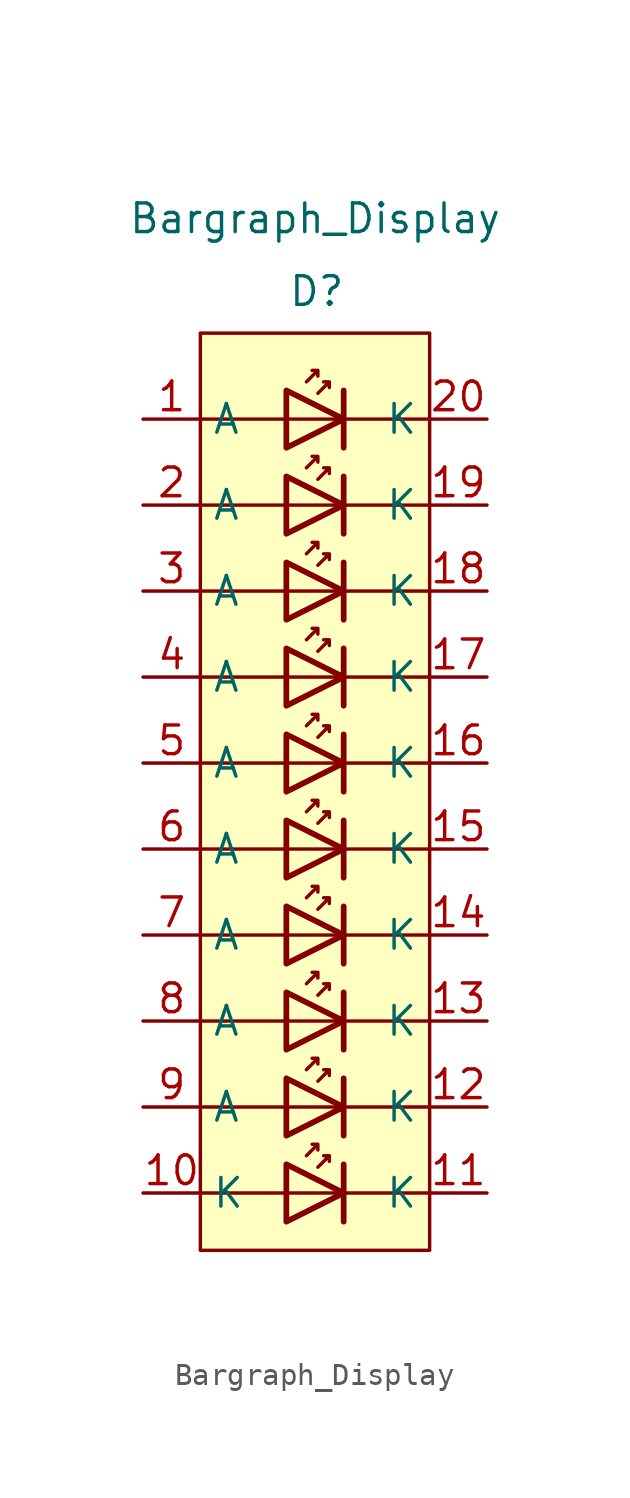
<source format=kicad_sym>
(kicad_symbol_lib
  (version 20241209)
  (generator "kicad_symbol_editor")
  (generator_version "9.0")
  (symbol "Bargraph_Display"
    (property "Reference" "D"
      (at 0.076 22.174 0)
      (effects (font (size 1.27 1.27))))
    (property "Value" "Bargraph_Display"
      (at 0 25.4 0)
      (effects (font (size 1.27 1.27))))
    (symbol "Bargraph_Display_0_1"
      (rectangle (start -5.08 20.32) (end 5.08 -20.32) (stroke (width 0) (type default)) (fill (type background)))
      (polyline (pts (xy -5.08 16.51) (xy 5.08 16.51)) (stroke (width 0) (type default)) (fill (type none)))
      (polyline (pts (xy -5.08 12.7) (xy 5.08 12.7)) (stroke (width 0) (type default)) (fill (type none)))
      (polyline (pts (xy -5.08 8.89) (xy 5.08 8.89)) (stroke (width 0) (type default)) (fill (type none)))
      (polyline (pts (xy -5.08 5.08) (xy 5.08 5.08)) (stroke (width 0) (type default)) (fill (type none)))
      (polyline (pts (xy -5.08 1.27) (xy 5.08 1.27)) (stroke (width 0) (type default)) (fill (type none)))
      (polyline (pts (xy -5.08 -2.54) (xy 5.08 -2.54)) (stroke (width 0) (type default)) (fill (type none)))
      (polyline (pts (xy -5.08 -6.35) (xy 5.08 -6.35)) (stroke (width 0) (type default)) (fill (type none)))
      (polyline (pts (xy -5.08 -10.16) (xy 5.08 -10.16)) (stroke (width 0) (type default)) (fill (type none)))
      (polyline (pts (xy -5.08 -13.97) (xy 5.08 -13.97)) (stroke (width 0) (type default)) (fill (type none)))
      (polyline (pts (xy -5.08 -17.78) (xy 5.08 -17.78)) (stroke (width 0) (type default)) (fill (type none)))
      (polyline (pts (xy -1.27 15.24) (xy -1.27 17.78) (xy 1.27 16.51) (xy -1.27 15.24)) (stroke (width 0.254) (type default)) (fill (type none)))
      (polyline (pts (xy -1.27 11.43) (xy -1.27 13.97) (xy 1.27 12.7) (xy -1.27 11.43)) (stroke (width 0.254) (type default)) (fill (type none)))
      (polyline (pts (xy -1.27 7.62) (xy -1.27 10.16) (xy 1.27 8.89) (xy -1.27 7.62)) (stroke (width 0.254) (type default)) (fill (type none)))
      (polyline (pts (xy -1.27 3.81) (xy -1.27 6.35) (xy 1.27 5.08) (xy -1.27 3.81)) (stroke (width 0.254) (type default)) (fill (type none)))
      (polyline (pts (xy -1.27 0) (xy -1.27 2.54) (xy 1.27 1.27) (xy -1.27 0)) (stroke (width 0.254) (type default)) (fill (type none)))
      (polyline (pts (xy -1.27 -3.81) (xy -1.27 -1.27) (xy 1.27 -2.54) (xy -1.27 -3.81)) (stroke (width 0.254) (type default)) (fill (type none)))
      (polyline (pts (xy -1.27 -7.62) (xy -1.27 -5.08) (xy 1.27 -6.35) (xy -1.27 -7.62)) (stroke (width 0.254) (type default)) (fill (type none)))
      (polyline (pts (xy -1.27 -11.43) (xy -1.27 -8.89) (xy 1.27 -10.16) (xy -1.27 -11.43)) (stroke (width 0.254) (type default)) (fill (type none)))
      (polyline (pts (xy -1.27 -15.24) (xy -1.27 -12.7) (xy 1.27 -13.97) (xy -1.27 -15.24)) (stroke (width 0.254) (type default)) (fill (type none)))
      (polyline (pts (xy -1.27 -19.05) (xy -1.27 -16.51) (xy 1.27 -17.78) (xy -1.27 -19.05)) (stroke (width 0.254) (type default)) (fill (type none)))
      (polyline (pts (xy -0.381 18.161) (xy 0.127 18.669) (xy -0.127 18.669) (xy 0.127 18.669) (xy 0.127 18.415)) (stroke (width 0) (type default)) (fill (type none)))
      (polyline (pts (xy -0.381 14.351) (xy 0.127 14.859) (xy -0.127 14.859) (xy 0.127 14.859) (xy 0.127 14.605)) (stroke (width 0) (type default)) (fill (type none)))
      (polyline (pts (xy -0.381 10.541) (xy 0.127 11.049) (xy -0.127 11.049) (xy 0.127 11.049) (xy 0.127 10.795)) (stroke (width 0) (type default)) (fill (type none)))
      (polyline (pts (xy -0.381 6.731) (xy 0.127 7.239) (xy -0.127 7.239) (xy 0.127 7.239) (xy 0.127 6.985)) (stroke (width 0) (type default)) (fill (type none)))
      (polyline (pts (xy -0.381 2.921) (xy 0.127 3.429) (xy -0.127 3.429) (xy 0.127 3.429) (xy 0.127 3.175)) (stroke (width 0) (type default)) (fill (type none)))
      (polyline (pts (xy -0.381 -0.889) (xy 0.127 -0.381) (xy -0.127 -0.381) (xy 0.127 -0.381) (xy 0.127 -0.635)) (stroke (width 0) (type default)) (fill (type none)))
      (polyline (pts (xy -0.381 -4.699) (xy 0.127 -4.191) (xy -0.127 -4.191) (xy 0.127 -4.191) (xy 0.127 -4.445)) (stroke (width 0) (type default)) (fill (type none)))
      (polyline (pts (xy -0.381 -8.509) (xy 0.127 -8.001) (xy -0.127 -8.001) (xy 0.127 -8.001) (xy 0.127 -8.255)) (stroke (width 0) (type default)) (fill (type none)))
      (polyline (pts (xy -0.381 -12.319) (xy 0.127 -11.811) (xy -0.127 -11.811) (xy 0.127 -11.811) (xy 0.127 -12.065)) (stroke (width 0) (type default)) (fill (type none)))
      (polyline (pts (xy -0.381 -16.129) (xy 0.127 -15.621) (xy -0.127 -15.621) (xy 0.127 -15.621) (xy 0.127 -15.875)) (stroke (width 0) (type default)) (fill (type none)))
      (polyline (pts (xy 0.127 17.653) (xy 0.635 18.161) (xy 0.381 18.161) (xy 0.635 18.161) (xy 0.635 17.907)) (stroke (width 0) (type default)) (fill (type none)))
      (polyline (pts (xy 0.127 13.843) (xy 0.635 14.351) (xy 0.381 14.351) (xy 0.635 14.351) (xy 0.635 14.097)) (stroke (width 0) (type default)) (fill (type none)))
      (polyline (pts (xy 0.127 10.033) (xy 0.635 10.541) (xy 0.381 10.541) (xy 0.635 10.541) (xy 0.635 10.287)) (stroke (width 0) (type default)) (fill (type none)))
      (polyline (pts (xy 0.127 6.223) (xy 0.635 6.731) (xy 0.381 6.731) (xy 0.635 6.731) (xy 0.635 6.477)) (stroke (width 0) (type default)) (fill (type none)))
      (polyline (pts (xy 0.127 2.413) (xy 0.635 2.921) (xy 0.381 2.921) (xy 0.635 2.921) (xy 0.635 2.667)) (stroke (width 0) (type default)) (fill (type none)))
      (polyline (pts (xy 0.127 -1.397) (xy 0.635 -0.889) (xy 0.381 -0.889) (xy 0.635 -0.889) (xy 0.635 -1.143)) (stroke (width 0) (type default)) (fill (type none)))
      (polyline (pts (xy 0.127 -5.207) (xy 0.635 -4.699) (xy 0.381 -4.699) (xy 0.635 -4.699) (xy 0.635 -4.953)) (stroke (width 0) (type default)) (fill (type none)))
      (polyline (pts (xy 0.127 -9.017) (xy 0.635 -8.509) (xy 0.381 -8.509) (xy 0.635 -8.509) (xy 0.635 -8.763)) (stroke (width 0) (type default)) (fill (type none)))
      (polyline (pts (xy 0.127 -12.827) (xy 0.635 -12.319) (xy 0.381 -12.319) (xy 0.635 -12.319) (xy 0.635 -12.573)) (stroke (width 0) (type default)) (fill (type none)))
      (polyline (pts (xy 0.127 -16.637) (xy 0.635 -16.129) (xy 0.381 -16.129) (xy 0.635 -16.129) (xy 0.635 -16.383)) (stroke (width 0) (type default)) (fill (type none)))
      (polyline (pts (xy 1.27 15.24) (xy 1.27 17.78)) (stroke (width 0.254) (type default)) (fill (type none)))
      (polyline (pts (xy 1.27 11.43) (xy 1.27 13.97)) (stroke (width 0.254) (type default)) (fill (type none)))
      (polyline (pts (xy 1.27 7.62) (xy 1.27 10.16)) (stroke (width 0.254) (type default)) (fill (type none)))
      (polyline (pts (xy 1.27 3.81) (xy 1.27 6.35)) (stroke (width 0.254) (type default)) (fill (type none)))
      (polyline (pts (xy 1.27 0) (xy 1.27 2.54)) (stroke (width 0.254) (type default)) (fill (type none)))
      (polyline (pts (xy 1.27 -3.81) (xy 1.27 -1.27)) (stroke (width 0.254) (type default)) (fill (type none)))
      (polyline (pts (xy 1.27 -7.62) (xy 1.27 -5.08)) (stroke (width 0.254) (type default)) (fill (type none)))
      (polyline (pts (xy 1.27 -11.43) (xy 1.27 -8.89)) (stroke (width 0.254) (type default)) (fill (type none)))
      (polyline (pts (xy 1.27 -15.24) (xy 1.27 -12.7)) (stroke (width 0.254) (type default)) (fill (type none)))
      (polyline (pts (xy 1.27 -19.05) (xy 1.27 -16.51)) (stroke (width 0.254) (type default)) (fill (type none))))
    (symbol "Bargraph_Display_1_1"
      (pin passive line (at -7.62 16.51 0) (length 2.54) (name "A" (effects (font (size 1.27 1.27)))) (number "1" (effects (font (size 1.27 1.27)))))
      (pin passive line (at -7.62 12.7 0) (length 2.54) (name "A" (effects (font (size 1.27 1.27)))) (number "2" (effects (font (size 1.27 1.27)))))
      (pin passive line (at -7.62 8.89 0) (length 2.54) (name "A" (effects (font (size 1.27 1.27)))) (number "3" (effects (font (size 1.27 1.27)))))
      (pin passive line (at -7.62 5.08 0) (length 2.54) (name "A" (effects (font (size 1.27 1.27)))) (number "4" (effects (font (size 1.27 1.27)))))
      (pin passive line (at -7.62 1.27 0) (length 2.54) (name "A" (effects (font (size 1.27 1.27)))) (number "5" (effects (font (size 1.27 1.27)))))
      (pin passive line (at -7.62 -2.54 0) (length 2.54) (name "A" (effects (font (size 1.27 1.27)))) (number "6" (effects (font (size 1.27 1.27)))))
      (pin passive line (at -7.62 -6.35 0) (length 2.54) (name "A" (effects (font (size 1.27 1.27)))) (number "7" (effects (font (size 1.27 1.27)))))
      (pin passive line (at -7.62 -10.16 0) (length 2.54) (name "A" (effects (font (size 1.27 1.27)))) (number "8" (effects (font (size 1.27 1.27)))))
      (pin passive line (at -7.62 -13.97 0) (length 2.54) (name "A" (effects (font (size 1.27 1.27)))) (number "9" (effects (font (size 1.27 1.27)))))
      (pin passive line (at -7.62 -17.78 0) (length 2.54) (name "K" (effects (font (size 1.27 1.27)))) (number "10" (effects (font (size 1.27 1.27)))))
      (pin passive line (at 7.62 16.51 180) (length 2.54) (name "K" (effects (font (size 1.27 1.27)))) (number "20" (effects (font (size 1.27 1.27)))))
      (pin passive line (at 7.62 12.7 180) (length 2.54) (name "K" (effects (font (size 1.27 1.27)))) (number "19" (effects (font (size 1.27 1.27)))))
      (pin passive line (at 7.62 8.89 180) (length 2.54) (name "K" (effects (font (size 1.27 1.27)))) (number "18" (effects (font (size 1.27 1.27)))))
      (pin passive line (at 7.62 5.08 180) (length 2.54) (name "K" (effects (font (size 1.27 1.27)))) (number "17" (effects (font (size 1.27 1.27)))))
      (pin passive line (at 7.62 1.27 180) (length 2.54) (name "K" (effects (font (size 1.27 1.27)))) (number "16" (effects (font (size 1.27 1.27)))))
      (pin passive line (at 7.62 -2.54 180) (length 2.54) (name "K" (effects (font (size 1.27 1.27)))) (number "15" (effects (font (size 1.27 1.27)))))
      (pin passive line (at 7.62 -6.35 180) (length 2.54) (name "K" (effects (font (size 1.27 1.27)))) (number "14" (effects (font (size 1.27 1.27)))))
      (pin passive line (at 7.62 -10.16 180) (length 2.54) (name "K" (effects (font (size 1.27 1.27)))) (number "13" (effects (font (size 1.27 1.27)))))
      (pin passive line (at 7.62 -13.97 180) (length 2.54) (name "K" (effects (font (size 1.27 1.27)))) (number "12" (effects (font (size 1.27 1.27)))))
      (pin passive line (at 7.62 -17.78 180) (length 2.54) (name "K" (effects (font (size 1.27 1.27)))) (number "11" (effects (font (size 1.27 1.27))))))))
</source>
